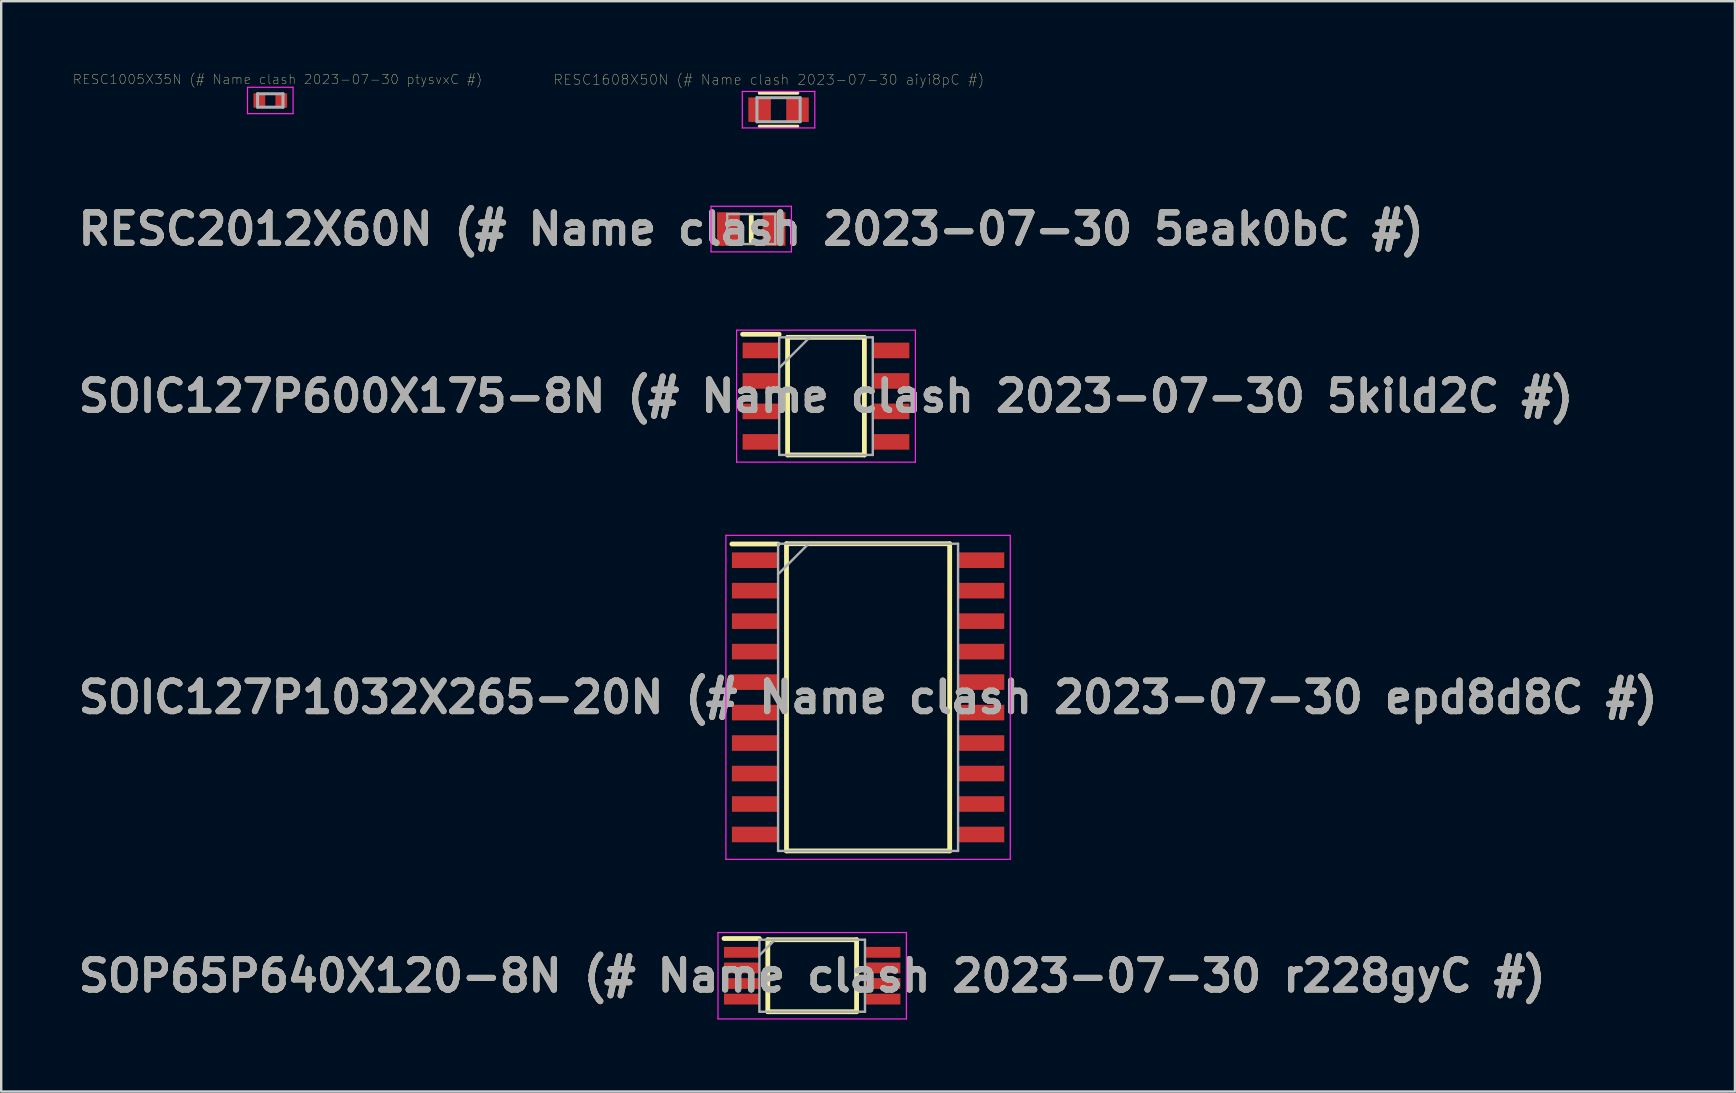
<source format=kicad_pcb>
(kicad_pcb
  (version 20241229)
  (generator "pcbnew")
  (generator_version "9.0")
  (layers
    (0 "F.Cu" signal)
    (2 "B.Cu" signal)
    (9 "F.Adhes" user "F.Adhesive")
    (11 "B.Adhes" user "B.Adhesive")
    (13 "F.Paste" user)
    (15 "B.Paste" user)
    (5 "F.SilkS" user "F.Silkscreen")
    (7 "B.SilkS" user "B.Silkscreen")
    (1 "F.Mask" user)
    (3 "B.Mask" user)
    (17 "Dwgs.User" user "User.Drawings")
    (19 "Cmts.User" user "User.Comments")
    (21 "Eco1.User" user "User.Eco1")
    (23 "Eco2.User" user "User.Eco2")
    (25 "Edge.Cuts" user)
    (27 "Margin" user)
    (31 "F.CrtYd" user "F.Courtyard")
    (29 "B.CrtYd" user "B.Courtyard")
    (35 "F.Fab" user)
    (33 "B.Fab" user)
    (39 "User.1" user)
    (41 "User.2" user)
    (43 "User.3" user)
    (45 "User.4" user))
  (footprint "RESC2012X60N (# Name clash 2023-07-30 5eak0bC #)"
    (layer "F.Cu")
    (at 28.254 6.494)
    (property "Reference" "RESC2012X60N (# Name clash 2023-07-30 5eak0bC #)" (at 0 0 0) (layer "F.SilkS") (effects (font (size 1.27 1.27) (thickness 0.254))))
    (attr smd)
    (fp_line (start 0 -0.525) (end 0 0.525) (stroke (width 0.2) (type solid)) (layer "F.SilkS"))
    (fp_line (start -1.675 -0.95) (end 1.675 -0.95) (stroke (width 0.05) (type solid)) (layer "F.CrtYd"))
    (fp_line (start -1.675 0.95) (end -1.675 -0.95) (stroke (width 0.05) (type solid)) (layer "F.CrtYd"))
    (fp_line (start 1.675 -0.95) (end 1.675 0.95) (stroke (width 0.05) (type solid)) (layer "F.CrtYd"))
    (fp_line (start 1.675 0.95) (end -1.675 0.95) (stroke (width 0.05) (type solid)) (layer "F.CrtYd"))
    (fp_line (start -1 -0.625) (end 1 -0.625) (stroke (width 0.1) (type solid)) (layer "F.Fab"))
    (fp_line (start -1 0.625) (end -1 -0.625) (stroke (width 0.1) (type solid)) (layer "F.Fab"))
    (fp_line (start 1 -0.625) (end 1 0.625) (stroke (width 0.1) (type solid)) (layer "F.Fab"))
    (fp_line (start 1 0.625) (end -1 0.625) (stroke (width 0.1) (type solid)) (layer "F.Fab"))
    (fp_text user "${REFERENCE}" (at 0 0 0) (layer "F.Fab") (effects (font (size 1.27 1.27) (thickness 0.254))))
    (pad "1" smd rect (at -0.95 0) (size 0.95 1.4) (layers "F.Cu" "F.Mask" "F.Paste"))
    (pad "2" smd rect (at 0.95 0) (size 0.95 1.4) (layers "F.Cu" "F.Mask" "F.Paste")))
  (footprint "RESC1005X35N (# Name clash 2023-07-30 ptysvxC #)"
    (layer "F.Cu")
    (at 8.213 1.137)
    (property "Reference" "RESC1005X35N (# Name clash 2023-07-30 ptysvxC #)" (at 0.3 -0.88 0) (layer "F.SilkS") (effects (font (size 0.394 0.394) (thickness 0.015))))
    (attr through_hole)
    (fp_line (start -0.95 -0.55) (end 0.95 -0.55) (stroke (width 0.05) (type solid)) (layer "F.CrtYd"))
    (fp_line (start -0.95 0.55) (end -0.95 -0.55) (stroke (width 0.05) (type solid)) (layer "F.CrtYd"))
    (fp_line (start -0.95 0.55) (end 0.95 0.55) (stroke (width 0.05) (type solid)) (layer "F.CrtYd"))
    (fp_line (start 0.95 0.55) (end 0.95 -0.55) (stroke (width 0.05) (type solid)) (layer "F.CrtYd"))
    (fp_line (start -0.53 0.28) (end -0.53 -0.28) (stroke (width 0.127) (type solid)) (layer "F.Fab"))
    (fp_line (start 0.53 -0.28) (end -0.53 -0.28) (stroke (width 0.127) (type solid)) (layer "F.Fab"))
    (fp_line (start 0.53 0.28) (end -0.53 0.28) (stroke (width 0.127) (type solid)) (layer "F.Fab"))
    (fp_line (start 0.53 0.28) (end 0.53 -0.28) (stroke (width 0.127) (type solid)) (layer "F.Fab"))
    (pad "1" smd rect (at -0.457 0) (size 0.49 0.6) (layers "F.Cu" "F.Mask" "F.Paste"))
    (pad "2" smd rect (at 0.457 0) (size 0.49 0.6) (layers "F.Cu" "F.Mask" "F.Paste")))
  (footprint "SOP65P640X120-8N (# Name clash 2023-07-30 r228gyC #)"
    (layer "F.Cu")
    (at 30.794 37.608)
    (property "Reference" "SOP65P640X120-8N (# Name clash 2023-07-30 r228gyC #)" (at 0 0 0) (layer "F.SilkS") (effects (font (size 1.27 1.27) (thickness 0.254))))
    (attr smd)
    (fp_line (start -3.675 -1.55) (end -2.2 -1.55) (stroke (width 0.2) (type solid)) (layer "F.SilkS"))
    (fp_line (start -1.85 -1.5) (end 1.85 -1.5) (stroke (width 0.2) (type solid)) (layer "F.SilkS"))
    (fp_line (start -1.85 1.5) (end -1.85 -1.5) (stroke (width 0.2) (type solid)) (layer "F.SilkS"))
    (fp_line (start 1.85 -1.5) (end 1.85 1.5) (stroke (width 0.2) (type solid)) (layer "F.SilkS"))
    (fp_line (start 1.85 1.5) (end -1.85 1.5) (stroke (width 0.2) (type solid)) (layer "F.SilkS"))
    (fp_line (start -3.925 -1.8) (end 3.925 -1.8) (stroke (width 0.05) (type solid)) (layer "F.CrtYd"))
    (fp_line (start -3.925 1.8) (end -3.925 -1.8) (stroke (width 0.05) (type solid)) (layer "F.CrtYd"))
    (fp_line (start 3.925 -1.8) (end 3.925 1.8) (stroke (width 0.05) (type solid)) (layer "F.CrtYd"))
    (fp_line (start 3.925 1.8) (end -3.925 1.8) (stroke (width 0.05) (type solid)) (layer "F.CrtYd"))
    (fp_line (start -2.2 -1.5) (end 2.2 -1.5) (stroke (width 0.1) (type solid)) (layer "F.Fab"))
    (fp_line (start -2.2 -0.85) (end -1.55 -1.5) (stroke (width 0.1) (type solid)) (layer "F.Fab"))
    (fp_line (start -2.2 1.5) (end -2.2 -1.5) (stroke (width 0.1) (type solid)) (layer "F.Fab"))
    (fp_line (start 2.2 -1.5) (end 2.2 1.5) (stroke (width 0.1) (type solid)) (layer "F.Fab"))
    (fp_line (start 2.2 1.5) (end -2.2 1.5) (stroke (width 0.1) (type solid)) (layer "F.Fab"))
    (fp_text user "${REFERENCE}" (at 0 0 0) (layer "F.Fab") (effects (font (size 1.27 1.27) (thickness 0.254))))
    (pad "1" smd rect (at -2.938 -0.975 90) (size 0.45 1.475) (layers "F.Cu" "F.Mask" "F.Paste"))
    (pad "2" smd rect (at -2.938 -0.325 90) (size 0.45 1.475) (layers "F.Cu" "F.Mask" "F.Paste"))
    (pad "3" smd rect (at -2.938 0.325 90) (size 0.45 1.475) (layers "F.Cu" "F.Mask" "F.Paste"))
    (pad "4" smd rect (at -2.938 0.975 90) (size 0.45 1.475) (layers "F.Cu" "F.Mask" "F.Paste"))
    (pad "5" smd rect (at 2.938 0.975 90) (size 0.45 1.475) (layers "F.Cu" "F.Mask" "F.Paste"))
    (pad "6" smd rect (at 2.938 0.325 90) (size 0.45 1.475) (layers "F.Cu" "F.Mask" "F.Paste"))
    (pad "7" smd rect (at 2.938 -0.325 90) (size 0.45 1.475) (layers "F.Cu" "F.Mask" "F.Paste"))
    (pad "8" smd rect (at 2.938 -0.975 90) (size 0.45 1.475) (layers "F.Cu" "F.Mask" "F.Paste")))
  (footprint "RESC1608X50N (# Name clash 2023-07-30 aiyi8pC #)"
    (layer "F.Cu")
    (at 29.392 1.521)
    (property "Reference" "RESC1608X50N (# Name clash 2023-07-30 aiyi8pC #)" (at -0.407 -1.251 0) (layer "F.SilkS") (effects (font (size 0.416 0.416) (thickness 0.015))))
    (attr through_hole)
    (fp_line (start -0.8 -0.69) (end 0.8 -0.69) (stroke (width 0.127) (type solid)) (layer "F.SilkS"))
    (fp_line (start -0.8 0.69) (end 0.8 0.69) (stroke (width 0.127) (type solid)) (layer "F.SilkS"))
    (fp_line (start -1.51 -0.76) (end 1.51 -0.76) (stroke (width 0.05) (type solid)) (layer "F.CrtYd"))
    (fp_line (start -1.51 0.76) (end -1.51 -0.76) (stroke (width 0.05) (type solid)) (layer "F.CrtYd"))
    (fp_line (start 1.51 -0.76) (end 1.51 0.76) (stroke (width 0.05) (type solid)) (layer "F.CrtYd"))
    (fp_line (start 1.51 0.76) (end -1.51 0.76) (stroke (width 0.05) (type solid)) (layer "F.CrtYd"))
    (fp_line (start -0.9 -0.5) (end -0.9 0.5) (stroke (width 0.127) (type solid)) (layer "F.Fab"))
    (fp_line (start -0.9 -0.5) (end 0.9 -0.5) (stroke (width 0.127) (type solid)) (layer "F.Fab"))
    (fp_line (start -0.9 0.5) (end 0.9 0.5) (stroke (width 0.127) (type solid)) (layer "F.Fab"))
    (fp_line (start 0.9 -0.5) (end 0.9 0.5) (stroke (width 0.127) (type solid)) (layer "F.Fab"))
    (pad "1" smd rect (at -0.79 0) (size 0.94 1.02) (layers "F.Cu" "F.Mask" "F.Paste"))
    (pad "2" smd rect (at 0.79 0) (size 0.94 1.02) (layers "F.Cu" "F.Mask" "F.Paste")))
  (footprint "SOIC127P600X175-8N (# Name clash 2023-07-30 5kild2C #)"
    (layer "F.Cu")
    (at 31.369 13.458)
    (property "Reference" "SOIC127P600X175-8N (# Name clash 2023-07-30 5kild2C #)" (at 0 0 0) (layer "F.SilkS") (effects (font (size 1.27 1.27) (thickness 0.254))))
    (attr smd)
    (fp_line (start -3.475 -2.58) (end -1.95 -2.58) (stroke (width 0.2) (type solid)) (layer "F.SilkS"))
    (fp_line (start -1.6 -2.45) (end 1.6 -2.45) (stroke (width 0.2) (type solid)) (layer "F.SilkS"))
    (fp_line (start -1.6 2.45) (end -1.6 -2.45) (stroke (width 0.2) (type solid)) (layer "F.SilkS"))
    (fp_line (start 1.6 -2.45) (end 1.6 2.45) (stroke (width 0.2) (type solid)) (layer "F.SilkS"))
    (fp_line (start 1.6 2.45) (end -1.6 2.45) (stroke (width 0.2) (type solid)) (layer "F.SilkS"))
    (fp_line (start -3.725 -2.75) (end 3.725 -2.75) (stroke (width 0.05) (type solid)) (layer "F.CrtYd"))
    (fp_line (start -3.725 2.75) (end -3.725 -2.75) (stroke (width 0.05) (type solid)) (layer "F.CrtYd"))
    (fp_line (start 3.725 -2.75) (end 3.725 2.75) (stroke (width 0.05) (type solid)) (layer "F.CrtYd"))
    (fp_line (start 3.725 2.75) (end -3.725 2.75) (stroke (width 0.05) (type solid)) (layer "F.CrtYd"))
    (fp_line (start -1.95 -2.45) (end 1.95 -2.45) (stroke (width 0.1) (type solid)) (layer "F.Fab"))
    (fp_line (start -1.95 -1.18) (end -0.68 -2.45) (stroke (width 0.1) (type solid)) (layer "F.Fab"))
    (fp_line (start -1.95 2.45) (end -1.95 -2.45) (stroke (width 0.1) (type solid)) (layer "F.Fab"))
    (fp_line (start 1.95 -2.45) (end 1.95 2.45) (stroke (width 0.1) (type solid)) (layer "F.Fab"))
    (fp_line (start 1.95 2.45) (end -1.95 2.45) (stroke (width 0.1) (type solid)) (layer "F.Fab"))
    (fp_text user "${REFERENCE}" (at 0 0 0) (layer "F.Fab") (effects (font (size 1.27 1.27) (thickness 0.254))))
    (pad "1" smd rect (at -2.712 -1.905 90) (size 0.65 1.525) (layers "F.Cu" "F.Mask" "F.Paste"))
    (pad "2" smd rect (at -2.712 -0.635 90) (size 0.65 1.525) (layers "F.Cu" "F.Mask" "F.Paste"))
    (pad "3" smd rect (at -2.712 0.635 90) (size 0.65 1.525) (layers "F.Cu" "F.Mask" "F.Paste"))
    (pad "4" smd rect (at -2.712 1.905 90) (size 0.65 1.525) (layers "F.Cu" "F.Mask" "F.Paste"))
    (pad "5" smd rect (at 2.712 1.905 90) (size 0.65 1.525) (layers "F.Cu" "F.Mask" "F.Paste"))
    (pad "6" smd rect (at 2.712 0.635 90) (size 0.65 1.525) (layers "F.Cu" "F.Mask" "F.Paste"))
    (pad "7" smd rect (at 2.712 -0.635 90) (size 0.65 1.525) (layers "F.Cu" "F.Mask" "F.Paste"))
    (pad "8" smd rect (at 2.712 -1.905 90) (size 0.65 1.525) (layers "F.Cu" "F.Mask" "F.Paste")))
  (footprint "SOIC127P1032X265-20N (# Name clash 2023-07-30 epd8d8C #)"
    (layer "F.Cu")
    (at 33.123 26.008)
    (property "Reference" "SOIC127P1032X265-20N (# Name clash 2023-07-30 epd8d8C #)" (at 0 0 0) (layer "F.SilkS") (effects (font (size 1.27 1.27) (thickness 0.254))))
    (attr smd)
    (fp_line (start -5.675 -6.39) (end -3.75 -6.39) (stroke (width 0.2) (type solid)) (layer "F.SilkS"))
    (fp_line (start -3.4 -6.4) (end 3.4 -6.4) (stroke (width 0.2) (type solid)) (layer "F.SilkS"))
    (fp_line (start -3.4 6.4) (end -3.4 -6.4) (stroke (width 0.2) (type solid)) (layer "F.SilkS"))
    (fp_line (start 3.4 -6.4) (end 3.4 6.4) (stroke (width 0.2) (type solid)) (layer "F.SilkS"))
    (fp_line (start 3.4 6.4) (end -3.4 6.4) (stroke (width 0.2) (type solid)) (layer "F.SilkS"))
    (fp_line (start -5.925 -6.75) (end 5.925 -6.75) (stroke (width 0.05) (type solid)) (layer "F.CrtYd"))
    (fp_line (start -5.925 6.75) (end -5.925 -6.75) (stroke (width 0.05) (type solid)) (layer "F.CrtYd"))
    (fp_line (start 5.925 -6.75) (end 5.925 6.75) (stroke (width 0.05) (type solid)) (layer "F.CrtYd"))
    (fp_line (start 5.925 6.75) (end -5.925 6.75) (stroke (width 0.05) (type solid)) (layer "F.CrtYd"))
    (fp_line (start -3.75 -6.4) (end 3.75 -6.4) (stroke (width 0.1) (type solid)) (layer "F.Fab"))
    (fp_line (start -3.75 -5.13) (end -2.48 -6.4) (stroke (width 0.1) (type solid)) (layer "F.Fab"))
    (fp_line (start -3.75 6.4) (end -3.75 -6.4) (stroke (width 0.1) (type solid)) (layer "F.Fab"))
    (fp_line (start 3.75 -6.4) (end 3.75 6.4) (stroke (width 0.1) (type solid)) (layer "F.Fab"))
    (fp_line (start 3.75 6.4) (end -3.75 6.4) (stroke (width 0.1) (type solid)) (layer "F.Fab"))
    (fp_text user "${REFERENCE}" (at 0 0 0) (layer "F.Fab") (effects (font (size 1.27 1.27) (thickness 0.254))))
    (pad "1" smd rect (at -4.712 -5.715 90) (size 0.65 1.925) (layers "F.Cu" "F.Mask" "F.Paste"))
    (pad "2" smd rect (at -4.712 -4.445 90) (size 0.65 1.925) (layers "F.Cu" "F.Mask" "F.Paste"))
    (pad "3" smd rect (at -4.712 -3.175 90) (size 0.65 1.925) (layers "F.Cu" "F.Mask" "F.Paste"))
    (pad "4" smd rect (at -4.712 -1.905 90) (size 0.65 1.925) (layers "F.Cu" "F.Mask" "F.Paste"))
    (pad "5" smd rect (at -4.712 -0.635 90) (size 0.65 1.925) (layers "F.Cu" "F.Mask" "F.Paste"))
    (pad "6" smd rect (at -4.712 0.635 90) (size 0.65 1.925) (layers "F.Cu" "F.Mask" "F.Paste"))
    (pad "7" smd rect (at -4.712 1.905 90) (size 0.65 1.925) (layers "F.Cu" "F.Mask" "F.Paste"))
    (pad "8" smd rect (at -4.712 3.175 90) (size 0.65 1.925) (layers "F.Cu" "F.Mask" "F.Paste"))
    (pad "9" smd rect (at -4.712 4.445 90) (size 0.65 1.925) (layers "F.Cu" "F.Mask" "F.Paste"))
    (pad "10" smd rect (at -4.712 5.715 90) (size 0.65 1.925) (layers "F.Cu" "F.Mask" "F.Paste"))
    (pad "11" smd rect (at 4.712 5.715 90) (size 0.65 1.925) (layers "F.Cu" "F.Mask" "F.Paste"))
    (pad "12" smd rect (at 4.712 4.445 90) (size 0.65 1.925) (layers "F.Cu" "F.Mask" "F.Paste"))
    (pad "13" smd rect (at 4.712 3.175 90) (size 0.65 1.925) (layers "F.Cu" "F.Mask" "F.Paste"))
    (pad "14" smd rect (at 4.712 1.905 90) (size 0.65 1.925) (layers "F.Cu" "F.Mask" "F.Paste"))
    (pad "15" smd rect (at 4.712 0.635 90) (size 0.65 1.925) (layers "F.Cu" "F.Mask" "F.Paste"))
    (pad "16" smd rect (at 4.712 -0.635 90) (size 0.65 1.925) (layers "F.Cu" "F.Mask" "F.Paste"))
    (pad "17" smd rect (at 4.712 -1.905 90) (size 0.65 1.925) (layers "F.Cu" "F.Mask" "F.Paste"))
    (pad "18" smd rect (at 4.712 -3.175 90) (size 0.65 1.925) (layers "F.Cu" "F.Mask" "F.Paste"))
    (pad "19" smd rect (at 4.712 -4.445 90) (size 0.65 1.925) (layers "F.Cu" "F.Mask" "F.Paste"))
    (pad "20" smd rect (at 4.712 -5.715 90) (size 0.65 1.925) (layers "F.Cu" "F.Mask" "F.Paste")))
  (gr_rect
    (start -3 -3)
    (end 69.246 42.433)
    (stroke (width 0.1) (type default))
    (fill no)
    (layer "Edge.Cuts")))
</source>
